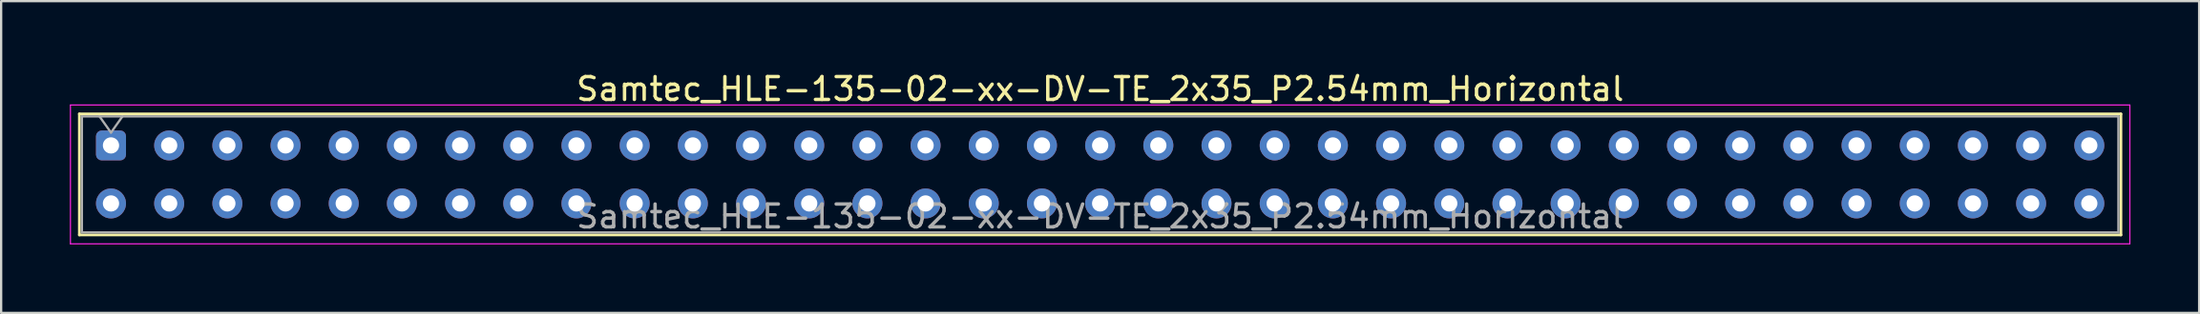
<source format=kicad_pcb>
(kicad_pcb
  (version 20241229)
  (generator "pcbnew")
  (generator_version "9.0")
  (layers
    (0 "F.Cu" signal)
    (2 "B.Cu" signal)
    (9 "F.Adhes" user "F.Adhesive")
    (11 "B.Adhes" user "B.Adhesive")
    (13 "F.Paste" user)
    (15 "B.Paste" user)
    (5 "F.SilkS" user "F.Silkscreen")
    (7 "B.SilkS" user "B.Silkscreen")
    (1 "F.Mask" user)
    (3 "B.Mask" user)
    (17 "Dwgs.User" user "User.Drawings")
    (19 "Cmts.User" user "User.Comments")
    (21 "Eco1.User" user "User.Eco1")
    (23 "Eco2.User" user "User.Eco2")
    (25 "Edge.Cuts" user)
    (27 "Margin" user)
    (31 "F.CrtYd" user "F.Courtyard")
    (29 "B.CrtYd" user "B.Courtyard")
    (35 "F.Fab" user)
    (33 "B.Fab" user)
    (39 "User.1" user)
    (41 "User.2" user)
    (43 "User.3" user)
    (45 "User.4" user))
  (footprint "Samtec_HLE-135-02-xx-DV-TE_2x35_P2.54mm_Horizontal"
    (layer "F.Cu")
    (at 1.795 3.318)
    (property "Reference" "Samtec_HLE-135-02-xx-DV-TE_2x35_P2.54mm_Horizontal" (at 43.18 -2.47 0) (layer "F.SilkS") (effects (font (size 1 1) (thickness 0.15))))
    (attr through_hole)
    (fp_line (start -1.38 -1.38) (end 87.74 -1.38) (stroke (width 0.12) (type solid)) (layer "F.SilkS"))
    (fp_line (start -1.38 3.92) (end -1.38 -1.38) (stroke (width 0.12) (type solid)) (layer "F.SilkS"))
    (fp_line (start 87.74 -1.38) (end 87.74 3.92) (stroke (width 0.12) (type solid)) (layer "F.SilkS"))
    (fp_line (start 87.74 3.92) (end -1.38 3.92) (stroke (width 0.12) (type solid)) (layer "F.SilkS"))
    (fp_line (start -1.77 -1.77) (end 88.13 -1.77) (stroke (width 0.05) (type solid)) (layer "F.CrtYd"))
    (fp_line (start -1.77 4.31) (end -1.77 -1.77) (stroke (width 0.05) (type solid)) (layer "F.CrtYd"))
    (fp_line (start 88.13 -1.77) (end 88.13 4.31) (stroke (width 0.05) (type solid)) (layer "F.CrtYd"))
    (fp_line (start 88.13 4.31) (end -1.77 4.31) (stroke (width 0.05) (type solid)) (layer "F.CrtYd"))
    (fp_line (start -1.27 -1.27) (end 87.63 -1.27) (stroke (width 0.1) (type solid)) (layer "F.Fab"))
    (fp_line (start -1.27 3.81) (end -1.27 -1.27) (stroke (width 0.1) (type solid)) (layer "F.Fab"))
    (fp_line (start -0.5 -1.27) (end 0 -0.563) (stroke (width 0.1) (type solid)) (layer "F.Fab"))
    (fp_line (start 0 -0.563) (end 0.5 -1.27) (stroke (width 0.1) (type solid)) (layer "F.Fab"))
    (fp_line (start 87.63 -1.27) (end 87.63 3.81) (stroke (width 0.1) (type solid)) (layer "F.Fab"))
    (fp_line (start 87.63 3.81) (end -1.27 3.81) (stroke (width 0.1) (type solid)) (layer "F.Fab"))
    (fp_text user "${REFERENCE}" (at 43.18 3.11 0) (layer "F.Fab") (effects (font (size 1 1) (thickness 0.15))))
    (pad "1" thru_hole roundrect (at 0 0) (size 1.31 1.31) (drill 0.71) (layers "*.Cu" "*.Mask") (roundrect_rratio 0.191))
    (pad "2" thru_hole circle (at 0 2.54) (size 1.31 1.31) (drill 0.71) (layers "*.Cu" "*.Mask"))
    (pad "3" thru_hole circle (at 2.54 0) (size 1.31 1.31) (drill 0.71) (layers "*.Cu" "*.Mask"))
    (pad "4" thru_hole circle (at 2.54 2.54) (size 1.31 1.31) (drill 0.71) (layers "*.Cu" "*.Mask"))
    (pad "5" thru_hole circle (at 5.08 0) (size 1.31 1.31) (drill 0.71) (layers "*.Cu" "*.Mask"))
    (pad "6" thru_hole circle (at 5.08 2.54) (size 1.31 1.31) (drill 0.71) (layers "*.Cu" "*.Mask"))
    (pad "7" thru_hole circle (at 7.62 0) (size 1.31 1.31) (drill 0.71) (layers "*.Cu" "*.Mask"))
    (pad "8" thru_hole circle (at 7.62 2.54) (size 1.31 1.31) (drill 0.71) (layers "*.Cu" "*.Mask"))
    (pad "9" thru_hole circle (at 10.16 0) (size 1.31 1.31) (drill 0.71) (layers "*.Cu" "*.Mask"))
    (pad "10" thru_hole circle (at 10.16 2.54) (size 1.31 1.31) (drill 0.71) (layers "*.Cu" "*.Mask"))
    (pad "11" thru_hole circle (at 12.7 0) (size 1.31 1.31) (drill 0.71) (layers "*.Cu" "*.Mask"))
    (pad "12" thru_hole circle (at 12.7 2.54) (size 1.31 1.31) (drill 0.71) (layers "*.Cu" "*.Mask"))
    (pad "13" thru_hole circle (at 15.24 0) (size 1.31 1.31) (drill 0.71) (layers "*.Cu" "*.Mask"))
    (pad "14" thru_hole circle (at 15.24 2.54) (size 1.31 1.31) (drill 0.71) (layers "*.Cu" "*.Mask"))
    (pad "15" thru_hole circle (at 17.78 0) (size 1.31 1.31) (drill 0.71) (layers "*.Cu" "*.Mask"))
    (pad "16" thru_hole circle (at 17.78 2.54) (size 1.31 1.31) (drill 0.71) (layers "*.Cu" "*.Mask"))
    (pad "17" thru_hole circle (at 20.32 0) (size 1.31 1.31) (drill 0.71) (layers "*.Cu" "*.Mask"))
    (pad "18" thru_hole circle (at 20.32 2.54) (size 1.31 1.31) (drill 0.71) (layers "*.Cu" "*.Mask"))
    (pad "19" thru_hole circle (at 22.86 0) (size 1.31 1.31) (drill 0.71) (layers "*.Cu" "*.Mask"))
    (pad "20" thru_hole circle (at 22.86 2.54) (size 1.31 1.31) (drill 0.71) (layers "*.Cu" "*.Mask"))
    (pad "21" thru_hole circle (at 25.4 0) (size 1.31 1.31) (drill 0.71) (layers "*.Cu" "*.Mask"))
    (pad "22" thru_hole circle (at 25.4 2.54) (size 1.31 1.31) (drill 0.71) (layers "*.Cu" "*.Mask"))
    (pad "23" thru_hole circle (at 27.94 0) (size 1.31 1.31) (drill 0.71) (layers "*.Cu" "*.Mask"))
    (pad "24" thru_hole circle (at 27.94 2.54) (size 1.31 1.31) (drill 0.71) (layers "*.Cu" "*.Mask"))
    (pad "25" thru_hole circle (at 30.48 0) (size 1.31 1.31) (drill 0.71) (layers "*.Cu" "*.Mask"))
    (pad "26" thru_hole circle (at 30.48 2.54) (size 1.31 1.31) (drill 0.71) (layers "*.Cu" "*.Mask"))
    (pad "27" thru_hole circle (at 33.02 0) (size 1.31 1.31) (drill 0.71) (layers "*.Cu" "*.Mask"))
    (pad "28" thru_hole circle (at 33.02 2.54) (size 1.31 1.31) (drill 0.71) (layers "*.Cu" "*.Mask"))
    (pad "29" thru_hole circle (at 35.56 0) (size 1.31 1.31) (drill 0.71) (layers "*.Cu" "*.Mask"))
    (pad "30" thru_hole circle (at 35.56 2.54) (size 1.31 1.31) (drill 0.71) (layers "*.Cu" "*.Mask"))
    (pad "31" thru_hole circle (at 38.1 0) (size 1.31 1.31) (drill 0.71) (layers "*.Cu" "*.Mask"))
    (pad "32" thru_hole circle (at 38.1 2.54) (size 1.31 1.31) (drill 0.71) (layers "*.Cu" "*.Mask"))
    (pad "33" thru_hole circle (at 40.64 0) (size 1.31 1.31) (drill 0.71) (layers "*.Cu" "*.Mask"))
    (pad "34" thru_hole circle (at 40.64 2.54) (size 1.31 1.31) (drill 0.71) (layers "*.Cu" "*.Mask"))
    (pad "35" thru_hole circle (at 43.18 0) (size 1.31 1.31) (drill 0.71) (layers "*.Cu" "*.Mask"))
    (pad "36" thru_hole circle (at 43.18 2.54) (size 1.31 1.31) (drill 0.71) (layers "*.Cu" "*.Mask"))
    (pad "37" thru_hole circle (at 45.72 0) (size 1.31 1.31) (drill 0.71) (layers "*.Cu" "*.Mask"))
    (pad "38" thru_hole circle (at 45.72 2.54) (size 1.31 1.31) (drill 0.71) (layers "*.Cu" "*.Mask"))
    (pad "39" thru_hole circle (at 48.26 0) (size 1.31 1.31) (drill 0.71) (layers "*.Cu" "*.Mask"))
    (pad "40" thru_hole circle (at 48.26 2.54) (size 1.31 1.31) (drill 0.71) (layers "*.Cu" "*.Mask"))
    (pad "41" thru_hole circle (at 50.8 0) (size 1.31 1.31) (drill 0.71) (layers "*.Cu" "*.Mask"))
    (pad "42" thru_hole circle (at 50.8 2.54) (size 1.31 1.31) (drill 0.71) (layers "*.Cu" "*.Mask"))
    (pad "43" thru_hole circle (at 53.34 0) (size 1.31 1.31) (drill 0.71) (layers "*.Cu" "*.Mask"))
    (pad "44" thru_hole circle (at 53.34 2.54) (size 1.31 1.31) (drill 0.71) (layers "*.Cu" "*.Mask"))
    (pad "45" thru_hole circle (at 55.88 0) (size 1.31 1.31) (drill 0.71) (layers "*.Cu" "*.Mask"))
    (pad "46" thru_hole circle (at 55.88 2.54) (size 1.31 1.31) (drill 0.71) (layers "*.Cu" "*.Mask"))
    (pad "47" thru_hole circle (at 58.42 0) (size 1.31 1.31) (drill 0.71) (layers "*.Cu" "*.Mask"))
    (pad "48" thru_hole circle (at 58.42 2.54) (size 1.31 1.31) (drill 0.71) (layers "*.Cu" "*.Mask"))
    (pad "49" thru_hole circle (at 60.96 0) (size 1.31 1.31) (drill 0.71) (layers "*.Cu" "*.Mask"))
    (pad "50" thru_hole circle (at 60.96 2.54) (size 1.31 1.31) (drill 0.71) (layers "*.Cu" "*.Mask"))
    (pad "51" thru_hole circle (at 63.5 0) (size 1.31 1.31) (drill 0.71) (layers "*.Cu" "*.Mask"))
    (pad "52" thru_hole circle (at 63.5 2.54) (size 1.31 1.31) (drill 0.71) (layers "*.Cu" "*.Mask"))
    (pad "53" thru_hole circle (at 66.04 0) (size 1.31 1.31) (drill 0.71) (layers "*.Cu" "*.Mask"))
    (pad "54" thru_hole circle (at 66.04 2.54) (size 1.31 1.31) (drill 0.71) (layers "*.Cu" "*.Mask"))
    (pad "55" thru_hole circle (at 68.58 0) (size 1.31 1.31) (drill 0.71) (layers "*.Cu" "*.Mask"))
    (pad "56" thru_hole circle (at 68.58 2.54) (size 1.31 1.31) (drill 0.71) (layers "*.Cu" "*.Mask"))
    (pad "57" thru_hole circle (at 71.12 0) (size 1.31 1.31) (drill 0.71) (layers "*.Cu" "*.Mask"))
    (pad "58" thru_hole circle (at 71.12 2.54) (size 1.31 1.31) (drill 0.71) (layers "*.Cu" "*.Mask"))
    (pad "59" thru_hole circle (at 73.66 0) (size 1.31 1.31) (drill 0.71) (layers "*.Cu" "*.Mask"))
    (pad "60" thru_hole circle (at 73.66 2.54) (size 1.31 1.31) (drill 0.71) (layers "*.Cu" "*.Mask"))
    (pad "61" thru_hole circle (at 76.2 0) (size 1.31 1.31) (drill 0.71) (layers "*.Cu" "*.Mask"))
    (pad "62" thru_hole circle (at 76.2 2.54) (size 1.31 1.31) (drill 0.71) (layers "*.Cu" "*.Mask"))
    (pad "63" thru_hole circle (at 78.74 0) (size 1.31 1.31) (drill 0.71) (layers "*.Cu" "*.Mask"))
    (pad "64" thru_hole circle (at 78.74 2.54) (size 1.31 1.31) (drill 0.71) (layers "*.Cu" "*.Mask"))
    (pad "65" thru_hole circle (at 81.28 0) (size 1.31 1.31) (drill 0.71) (layers "*.Cu" "*.Mask"))
    (pad "66" thru_hole circle (at 81.28 2.54) (size 1.31 1.31) (drill 0.71) (layers "*.Cu" "*.Mask"))
    (pad "67" thru_hole circle (at 83.82 0) (size 1.31 1.31) (drill 0.71) (layers "*.Cu" "*.Mask"))
    (pad "68" thru_hole circle (at 83.82 2.54) (size 1.31 1.31) (drill 0.71) (layers "*.Cu" "*.Mask"))
    (pad "69" thru_hole circle (at 86.36 0) (size 1.31 1.31) (drill 0.71) (layers "*.Cu" "*.Mask"))
    (pad "70" thru_hole circle (at 86.36 2.54) (size 1.31 1.31) (drill 0.71) (layers "*.Cu" "*.Mask")))
  (gr_rect
    (start -3 -3)
    (end 92.95 10.653)
    (stroke (width 0.1) (type default))
    (fill no)
    (layer "Edge.Cuts")))
</source>
